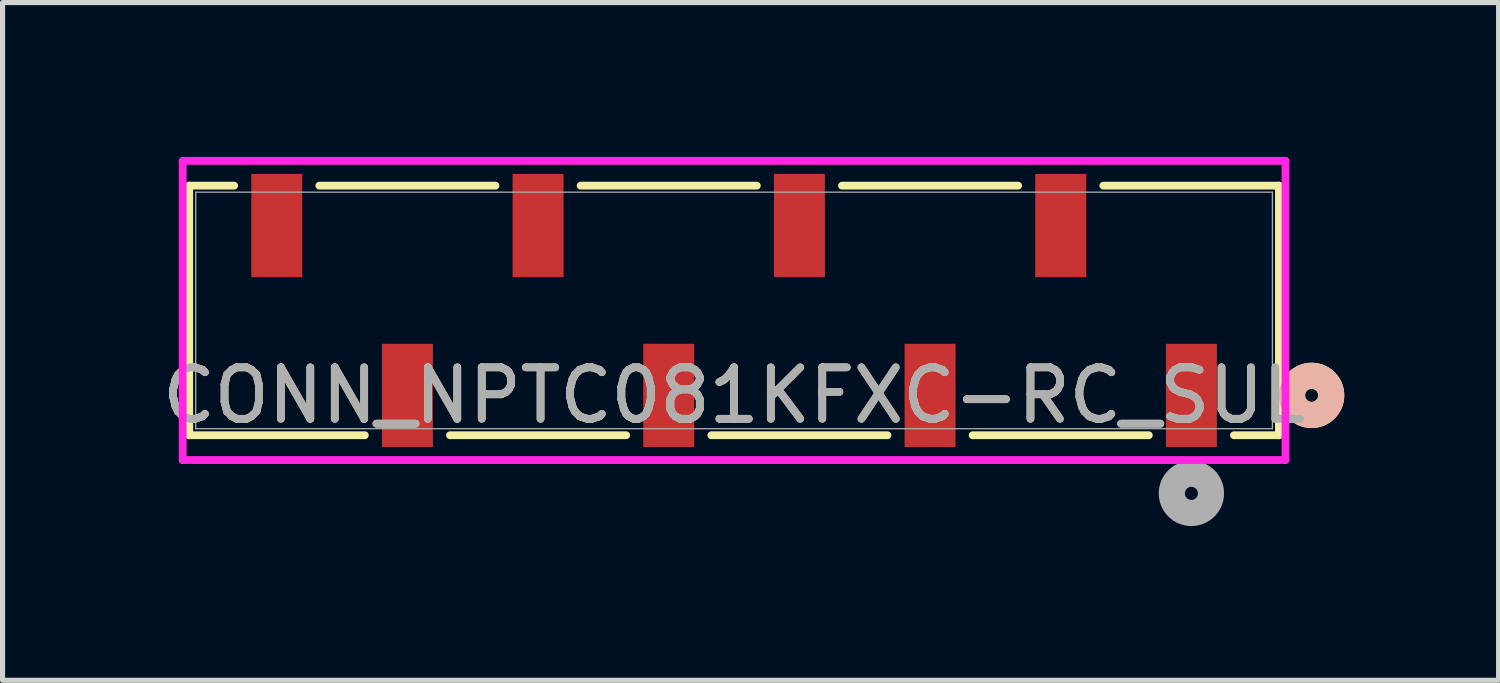
<source format=kicad_pcb>
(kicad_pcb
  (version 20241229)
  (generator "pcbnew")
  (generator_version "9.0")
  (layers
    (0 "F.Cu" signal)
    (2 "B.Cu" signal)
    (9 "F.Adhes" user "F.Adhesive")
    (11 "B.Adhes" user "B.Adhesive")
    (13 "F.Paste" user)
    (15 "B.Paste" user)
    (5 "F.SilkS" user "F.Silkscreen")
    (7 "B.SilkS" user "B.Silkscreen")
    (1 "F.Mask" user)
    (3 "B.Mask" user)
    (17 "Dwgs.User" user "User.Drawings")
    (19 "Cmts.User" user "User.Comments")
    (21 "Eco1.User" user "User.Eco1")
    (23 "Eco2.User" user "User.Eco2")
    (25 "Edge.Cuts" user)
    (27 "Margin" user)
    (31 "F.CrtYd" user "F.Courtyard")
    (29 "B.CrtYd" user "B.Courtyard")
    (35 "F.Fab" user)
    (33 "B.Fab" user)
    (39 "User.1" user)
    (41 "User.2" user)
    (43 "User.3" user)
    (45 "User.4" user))
  (footprint "CONN_NPTC081KFXC-RC_SUL"
    (layer "F.Cu")
    (at 11.22 2.985)
    (property "Reference" "CONN_NPTC081KFXC-RC_SUL" (at 0 1.651 0) (unlocked yes) (layer "F.SilkS") (effects (font (size 1 1) (thickness 0.15))))
    (attr smd)
    (fp_line (start -10.592 -2.426) (end -10.592 2.426) (stroke (width 0.152) (type solid)) (layer "F.SilkS"))
    (fp_line (start -10.592 2.426) (end -7.178 2.426) (stroke (width 0.152) (type solid)) (layer "F.SilkS"))
    (fp_line (start -9.718 -2.426) (end -10.592 -2.426) (stroke (width 0.152) (type solid)) (layer "F.SilkS"))
    (fp_line (start -5.522 2.426) (end -2.098 2.426) (stroke (width 0.152) (type solid)) (layer "F.SilkS"))
    (fp_line (start -4.638 -2.426) (end -8.062 -2.426) (stroke (width 0.152) (type solid)) (layer "F.SilkS"))
    (fp_line (start -0.442 2.426) (end 2.982 2.426) (stroke (width 0.152) (type solid)) (layer "F.SilkS"))
    (fp_line (start 0.442 -2.426) (end -2.982 -2.426) (stroke (width 0.152) (type solid)) (layer "F.SilkS"))
    (fp_line (start 4.638 2.426) (end 8.062 2.426) (stroke (width 0.152) (type solid)) (layer "F.SilkS"))
    (fp_line (start 5.522 -2.426) (end 2.098 -2.426) (stroke (width 0.152) (type solid)) (layer "F.SilkS"))
    (fp_line (start 9.718 2.426) (end 10.592 2.426) (stroke (width 0.152) (type solid)) (layer "F.SilkS"))
    (fp_line (start 10.592 -2.426) (end 7.178 -2.426) (stroke (width 0.152) (type solid)) (layer "F.SilkS"))
    (fp_line (start 10.592 2.426) (end 10.592 -2.426) (stroke (width 0.152) (type solid)) (layer "F.SilkS"))
    (fp_circle (center 11.227 1.651) (end 11.608 1.651) (stroke (width 0.508) (type solid)) (fill no) (layer "F.SilkS"))
    (fp_circle (center 11.227 1.651) (end 11.608 1.651) (stroke (width 0.508) (type solid)) (fill no) (layer "B.SilkS"))
    (fp_line (start -10.719 -2.908) (end -10.719 2.908) (stroke (width 0.152) (type solid)) (layer "F.CrtYd"))
    (fp_line (start -10.719 2.908) (end 10.719 2.908) (stroke (width 0.152) (type solid)) (layer "F.CrtYd"))
    (fp_line (start 10.719 -2.908) (end -10.719 -2.908) (stroke (width 0.152) (type solid)) (layer "F.CrtYd"))
    (fp_line (start 10.719 2.908) (end 10.719 -2.908) (stroke (width 0.152) (type solid)) (layer "F.CrtYd"))
    (fp_line (start -10.465 -2.299) (end -10.465 2.299) (stroke (width 0.025) (type solid)) (layer "F.Fab"))
    (fp_line (start -10.465 2.299) (end 10.465 2.299) (stroke (width 0.025) (type solid)) (layer "F.Fab"))
    (fp_line (start 10.465 -2.299) (end -10.465 -2.299) (stroke (width 0.025) (type solid)) (layer "F.Fab"))
    (fp_line (start 10.465 2.299) (end 10.465 -2.299) (stroke (width 0.025) (type solid)) (layer "F.Fab"))
    (fp_circle (center 8.89 3.556) (end 9.271 3.556) (stroke (width 0.508) (type solid)) (fill no) (layer "F.Fab"))
    (fp_text user "${REFERENCE}" (at 0 1.651 0) (unlocked yes) (layer "F.Fab") (effects (font (size 1 1) (thickness 0.15))))
    (pad "1" smd rect (at 8.89 1.651) (size 0.991 2.007) (layers "F.Cu" "F.Mask" "F.Paste"))
    (pad "2" smd rect (at 6.35 -1.651) (size 0.991 2.007) (layers "F.Cu" "F.Mask" "F.Paste"))
    (pad "3" smd rect (at 3.81 1.651) (size 0.991 2.007) (layers "F.Cu" "F.Mask" "F.Paste"))
    (pad "4" smd rect (at 1.27 -1.651) (size 0.991 2.007) (layers "F.Cu" "F.Mask" "F.Paste"))
    (pad "5" smd rect (at -1.27 1.651) (size 0.991 2.007) (layers "F.Cu" "F.Mask" "F.Paste"))
    (pad "6" smd rect (at -3.81 -1.651) (size 0.991 2.007) (layers "F.Cu" "F.Mask" "F.Paste"))
    (pad "7" smd rect (at -6.35 1.651) (size 0.991 2.007) (layers "F.Cu" "F.Mask" "F.Paste"))
    (pad "8" smd rect (at -8.89 -1.651) (size 0.991 2.007) (layers "F.Cu" "F.Mask" "F.Paste")))
  (gr_rect
    (start -3 -3)
    (end 26.082 10.175)
    (stroke (width 0.1) (type default))
    (fill no)
    (layer "Edge.Cuts")))
</source>
